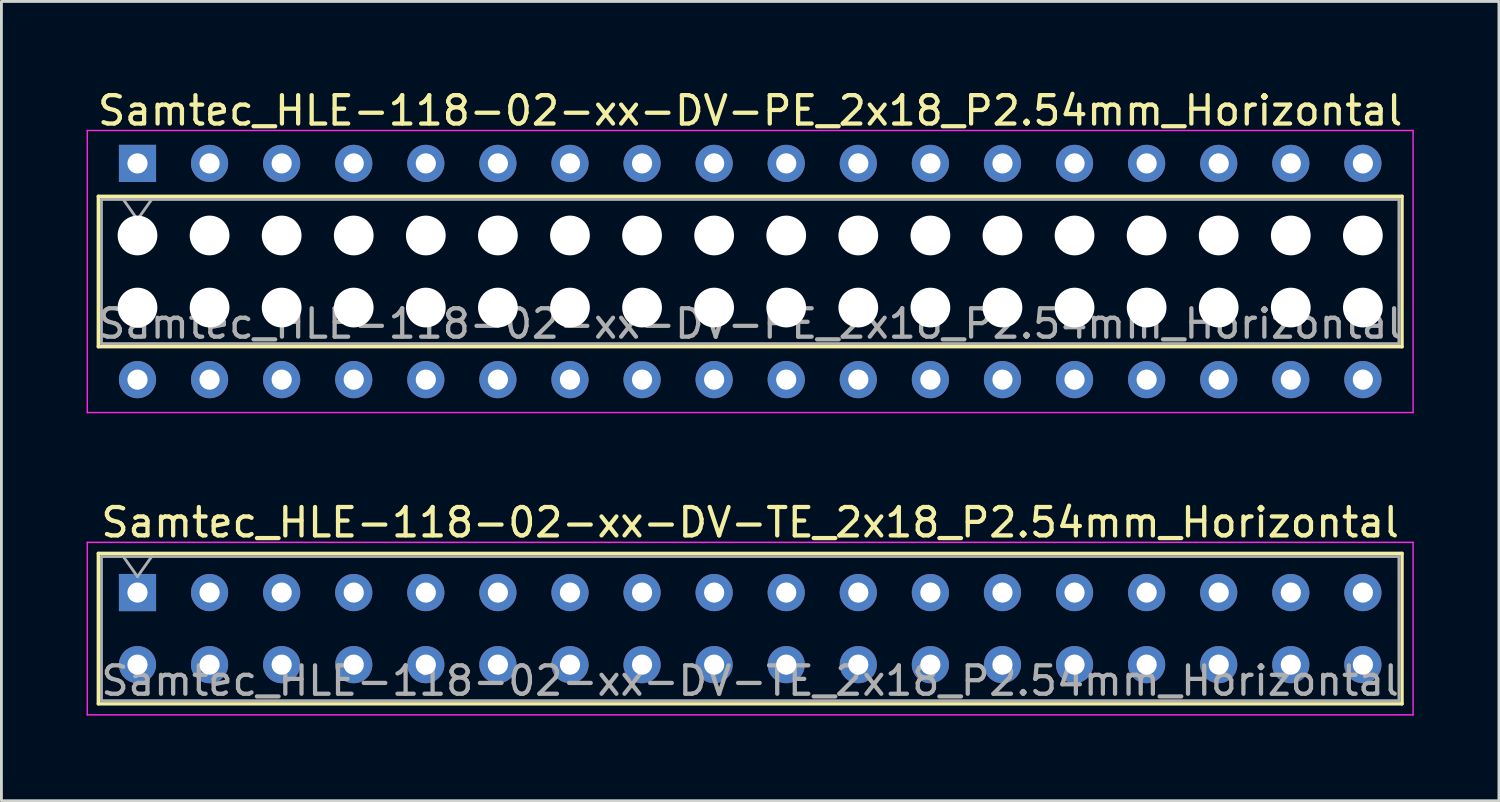
<source format=kicad_pcb>
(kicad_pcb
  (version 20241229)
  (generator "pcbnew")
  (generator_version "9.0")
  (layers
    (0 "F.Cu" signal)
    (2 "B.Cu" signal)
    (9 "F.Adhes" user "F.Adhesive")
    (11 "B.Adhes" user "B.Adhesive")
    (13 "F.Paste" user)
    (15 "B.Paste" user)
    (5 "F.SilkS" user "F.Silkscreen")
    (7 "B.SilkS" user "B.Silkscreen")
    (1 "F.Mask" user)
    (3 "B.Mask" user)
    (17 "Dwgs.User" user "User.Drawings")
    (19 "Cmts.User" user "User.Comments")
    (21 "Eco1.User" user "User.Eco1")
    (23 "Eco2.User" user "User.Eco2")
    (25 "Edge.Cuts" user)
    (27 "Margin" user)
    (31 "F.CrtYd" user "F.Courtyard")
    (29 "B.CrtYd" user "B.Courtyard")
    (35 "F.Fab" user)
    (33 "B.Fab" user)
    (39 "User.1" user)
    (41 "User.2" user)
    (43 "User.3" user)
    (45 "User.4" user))
  (footprint "Samtec_HLE-118-02-xx-DV-TE_2x18_P2.54mm_Horizontal"
    (layer "F.Cu")
    (at 1.795 17.831)
    (property "Reference" "Samtec_HLE-118-02-xx-DV-TE_2x18_P2.54mm_Horizontal" (at 21.59 -2.47 0) (layer "F.SilkS") (effects (font (size 1 1) (thickness 0.15))))
    (attr through_hole)
    (fp_line (start -1.38 -1.38) (end 44.56 -1.38) (stroke (width 0.12) (type solid)) (layer "F.SilkS"))
    (fp_line (start -1.38 3.92) (end -1.38 -1.38) (stroke (width 0.12) (type solid)) (layer "F.SilkS"))
    (fp_line (start 44.56 -1.38) (end 44.56 3.92) (stroke (width 0.12) (type solid)) (layer "F.SilkS"))
    (fp_line (start 44.56 3.92) (end -1.38 3.92) (stroke (width 0.12) (type solid)) (layer "F.SilkS"))
    (fp_line (start -1.77 -1.77) (end 44.95 -1.77) (stroke (width 0.05) (type solid)) (layer "F.CrtYd"))
    (fp_line (start -1.77 4.31) (end -1.77 -1.77) (stroke (width 0.05) (type solid)) (layer "F.CrtYd"))
    (fp_line (start 44.95 -1.77) (end 44.95 4.31) (stroke (width 0.05) (type solid)) (layer "F.CrtYd"))
    (fp_line (start 44.95 4.31) (end -1.77 4.31) (stroke (width 0.05) (type solid)) (layer "F.CrtYd"))
    (fp_line (start -1.27 -1.27) (end 44.45 -1.27) (stroke (width 0.1) (type solid)) (layer "F.Fab"))
    (fp_line (start -1.27 3.81) (end -1.27 -1.27) (stroke (width 0.1) (type solid)) (layer "F.Fab"))
    (fp_line (start -0.5 -1.27) (end 0 -0.563) (stroke (width 0.1) (type solid)) (layer "F.Fab"))
    (fp_line (start 0 -0.563) (end 0.5 -1.27) (stroke (width 0.1) (type solid)) (layer "F.Fab"))
    (fp_line (start 44.45 -1.27) (end 44.45 3.81) (stroke (width 0.1) (type solid)) (layer "F.Fab"))
    (fp_line (start 44.45 3.81) (end -1.27 3.81) (stroke (width 0.1) (type solid)) (layer "F.Fab"))
    (fp_text user "${REFERENCE}" (at 21.59 3.11 0) (layer "F.Fab") (effects (font (size 1 1) (thickness 0.15))))
    (pad "1" thru_hole rect (at 0 0) (size 1.31 1.31) (drill 0.71) (layers "*.Cu" "*.Mask"))
    (pad "2" thru_hole circle (at 0 2.54) (size 1.31 1.31) (drill 0.71) (layers "*.Cu" "*.Mask"))
    (pad "3" thru_hole circle (at 2.54 0) (size 1.31 1.31) (drill 0.71) (layers "*.Cu" "*.Mask"))
    (pad "4" thru_hole circle (at 2.54 2.54) (size 1.31 1.31) (drill 0.71) (layers "*.Cu" "*.Mask"))
    (pad "5" thru_hole circle (at 5.08 0) (size 1.31 1.31) (drill 0.71) (layers "*.Cu" "*.Mask"))
    (pad "6" thru_hole circle (at 5.08 2.54) (size 1.31 1.31) (drill 0.71) (layers "*.Cu" "*.Mask"))
    (pad "7" thru_hole circle (at 7.62 0) (size 1.31 1.31) (drill 0.71) (layers "*.Cu" "*.Mask"))
    (pad "8" thru_hole circle (at 7.62 2.54) (size 1.31 1.31) (drill 0.71) (layers "*.Cu" "*.Mask"))
    (pad "9" thru_hole circle (at 10.16 0) (size 1.31 1.31) (drill 0.71) (layers "*.Cu" "*.Mask"))
    (pad "10" thru_hole circle (at 10.16 2.54) (size 1.31 1.31) (drill 0.71) (layers "*.Cu" "*.Mask"))
    (pad "11" thru_hole circle (at 12.7 0) (size 1.31 1.31) (drill 0.71) (layers "*.Cu" "*.Mask"))
    (pad "12" thru_hole circle (at 12.7 2.54) (size 1.31 1.31) (drill 0.71) (layers "*.Cu" "*.Mask"))
    (pad "13" thru_hole circle (at 15.24 0) (size 1.31 1.31) (drill 0.71) (layers "*.Cu" "*.Mask"))
    (pad "14" thru_hole circle (at 15.24 2.54) (size 1.31 1.31) (drill 0.71) (layers "*.Cu" "*.Mask"))
    (pad "15" thru_hole circle (at 17.78 0) (size 1.31 1.31) (drill 0.71) (layers "*.Cu" "*.Mask"))
    (pad "16" thru_hole circle (at 17.78 2.54) (size 1.31 1.31) (drill 0.71) (layers "*.Cu" "*.Mask"))
    (pad "17" thru_hole circle (at 20.32 0) (size 1.31 1.31) (drill 0.71) (layers "*.Cu" "*.Mask"))
    (pad "18" thru_hole circle (at 20.32 2.54) (size 1.31 1.31) (drill 0.71) (layers "*.Cu" "*.Mask"))
    (pad "19" thru_hole circle (at 22.86 0) (size 1.31 1.31) (drill 0.71) (layers "*.Cu" "*.Mask"))
    (pad "20" thru_hole circle (at 22.86 2.54) (size 1.31 1.31) (drill 0.71) (layers "*.Cu" "*.Mask"))
    (pad "21" thru_hole circle (at 25.4 0) (size 1.31 1.31) (drill 0.71) (layers "*.Cu" "*.Mask"))
    (pad "22" thru_hole circle (at 25.4 2.54) (size 1.31 1.31) (drill 0.71) (layers "*.Cu" "*.Mask"))
    (pad "23" thru_hole circle (at 27.94 0) (size 1.31 1.31) (drill 0.71) (layers "*.Cu" "*.Mask"))
    (pad "24" thru_hole circle (at 27.94 2.54) (size 1.31 1.31) (drill 0.71) (layers "*.Cu" "*.Mask"))
    (pad "25" thru_hole circle (at 30.48 0) (size 1.31 1.31) (drill 0.71) (layers "*.Cu" "*.Mask"))
    (pad "26" thru_hole circle (at 30.48 2.54) (size 1.31 1.31) (drill 0.71) (layers "*.Cu" "*.Mask"))
    (pad "27" thru_hole circle (at 33.02 0) (size 1.31 1.31) (drill 0.71) (layers "*.Cu" "*.Mask"))
    (pad "28" thru_hole circle (at 33.02 2.54) (size 1.31 1.31) (drill 0.71) (layers "*.Cu" "*.Mask"))
    (pad "29" thru_hole circle (at 35.56 0) (size 1.31 1.31) (drill 0.71) (layers "*.Cu" "*.Mask"))
    (pad "30" thru_hole circle (at 35.56 2.54) (size 1.31 1.31) (drill 0.71) (layers "*.Cu" "*.Mask"))
    (pad "31" thru_hole circle (at 38.1 0) (size 1.31 1.31) (drill 0.71) (layers "*.Cu" "*.Mask"))
    (pad "32" thru_hole circle (at 38.1 2.54) (size 1.31 1.31) (drill 0.71) (layers "*.Cu" "*.Mask"))
    (pad "33" thru_hole circle (at 40.64 0) (size 1.31 1.31) (drill 0.71) (layers "*.Cu" "*.Mask"))
    (pad "34" thru_hole circle (at 40.64 2.54) (size 1.31 1.31) (drill 0.71) (layers "*.Cu" "*.Mask"))
    (pad "35" thru_hole circle (at 43.18 0) (size 1.31 1.31) (drill 0.71) (layers "*.Cu" "*.Mask"))
    (pad "36" thru_hole circle (at 43.18 2.54) (size 1.31 1.31) (drill 0.71) (layers "*.Cu" "*.Mask")))
  (footprint "Samtec_HLE-118-02-xx-DV-PE_2x18_P2.54mm_Horizontal"
    (layer "F.Cu")
    (at 1.795 2.708)
    (property "Reference" "Samtec_HLE-118-02-xx-DV-PE_2x18_P2.54mm_Horizontal" (at 21.59 -1.86 0) (layer "F.SilkS") (effects (font (size 1 1) (thickness 0.15))))
    (attr through_hole)
    (fp_line (start -1.38 1.16) (end 44.56 1.16) (stroke (width 0.12) (type solid)) (layer "F.SilkS"))
    (fp_line (start -1.38 6.46) (end -1.38 1.16) (stroke (width 0.12) (type solid)) (layer "F.SilkS"))
    (fp_line (start 44.56 1.16) (end 44.56 6.46) (stroke (width 0.12) (type solid)) (layer "F.SilkS"))
    (fp_line (start 44.56 6.46) (end -1.38 6.46) (stroke (width 0.12) (type solid)) (layer "F.SilkS"))
    (fp_line (start -1.77 -1.16) (end 44.95 -1.16) (stroke (width 0.05) (type solid)) (layer "F.CrtYd"))
    (fp_line (start -1.77 8.78) (end -1.77 -1.16) (stroke (width 0.05) (type solid)) (layer "F.CrtYd"))
    (fp_line (start 44.95 -1.16) (end 44.95 8.78) (stroke (width 0.05) (type solid)) (layer "F.CrtYd"))
    (fp_line (start 44.95 8.78) (end -1.77 8.78) (stroke (width 0.05) (type solid)) (layer "F.CrtYd"))
    (fp_line (start -1.27 1.27) (end 44.45 1.27) (stroke (width 0.1) (type solid)) (layer "F.Fab"))
    (fp_line (start -1.27 6.35) (end -1.27 1.27) (stroke (width 0.1) (type solid)) (layer "F.Fab"))
    (fp_line (start -0.5 1.27) (end 0 1.977) (stroke (width 0.1) (type solid)) (layer "F.Fab"))
    (fp_line (start 0 1.977) (end 0.5 1.27) (stroke (width 0.1) (type solid)) (layer "F.Fab"))
    (fp_line (start 44.45 1.27) (end 44.45 6.35) (stroke (width 0.1) (type solid)) (layer "F.Fab"))
    (fp_line (start 44.45 6.35) (end -1.27 6.35) (stroke (width 0.1) (type solid)) (layer "F.Fab"))
    (fp_text user "${REFERENCE}" (at 21.59 5.65 0) (layer "F.Fab") (effects (font (size 1 1) (thickness 0.15))))
    (pad "" np_thru_hole circle (at 0 2.54) (size 1.4 1.4) (drill 1.4) (layers "*.Cu" "*.Mask"))
    (pad "" np_thru_hole circle (at 0 5.08) (size 1.4 1.4) (drill 1.4) (layers "*.Cu" "*.Mask"))
    (pad "" np_thru_hole circle (at 2.54 2.54) (size 1.4 1.4) (drill 1.4) (layers "*.Cu" "*.Mask"))
    (pad "" np_thru_hole circle (at 2.54 5.08) (size 1.4 1.4) (drill 1.4) (layers "*.Cu" "*.Mask"))
    (pad "" np_thru_hole circle (at 5.08 2.54) (size 1.4 1.4) (drill 1.4) (layers "*.Cu" "*.Mask"))
    (pad "" np_thru_hole circle (at 5.08 5.08) (size 1.4 1.4) (drill 1.4) (layers "*.Cu" "*.Mask"))
    (pad "" np_thru_hole circle (at 7.62 2.54) (size 1.4 1.4) (drill 1.4) (layers "*.Cu" "*.Mask"))
    (pad "" np_thru_hole circle (at 7.62 5.08) (size 1.4 1.4) (drill 1.4) (layers "*.Cu" "*.Mask"))
    (pad "" np_thru_hole circle (at 10.16 2.54) (size 1.4 1.4) (drill 1.4) (layers "*.Cu" "*.Mask"))
    (pad "" np_thru_hole circle (at 10.16 5.08) (size 1.4 1.4) (drill 1.4) (layers "*.Cu" "*.Mask"))
    (pad "" np_thru_hole circle (at 12.7 2.54) (size 1.4 1.4) (drill 1.4) (layers "*.Cu" "*.Mask"))
    (pad "" np_thru_hole circle (at 12.7 5.08) (size 1.4 1.4) (drill 1.4) (layers "*.Cu" "*.Mask"))
    (pad "" np_thru_hole circle (at 15.24 2.54) (size 1.4 1.4) (drill 1.4) (layers "*.Cu" "*.Mask"))
    (pad "" np_thru_hole circle (at 15.24 5.08) (size 1.4 1.4) (drill 1.4) (layers "*.Cu" "*.Mask"))
    (pad "" np_thru_hole circle (at 17.78 2.54) (size 1.4 1.4) (drill 1.4) (layers "*.Cu" "*.Mask"))
    (pad "" np_thru_hole circle (at 17.78 5.08) (size 1.4 1.4) (drill 1.4) (layers "*.Cu" "*.Mask"))
    (pad "" np_thru_hole circle (at 20.32 2.54) (size 1.4 1.4) (drill 1.4) (layers "*.Cu" "*.Mask"))
    (pad "" np_thru_hole circle (at 20.32 5.08) (size 1.4 1.4) (drill 1.4) (layers "*.Cu" "*.Mask"))
    (pad "" np_thru_hole circle (at 22.86 2.54) (size 1.4 1.4) (drill 1.4) (layers "*.Cu" "*.Mask"))
    (pad "" np_thru_hole circle (at 22.86 5.08) (size 1.4 1.4) (drill 1.4) (layers "*.Cu" "*.Mask"))
    (pad "" np_thru_hole circle (at 25.4 2.54) (size 1.4 1.4) (drill 1.4) (layers "*.Cu" "*.Mask"))
    (pad "" np_thru_hole circle (at 25.4 5.08) (size 1.4 1.4) (drill 1.4) (layers "*.Cu" "*.Mask"))
    (pad "" np_thru_hole circle (at 27.94 2.54) (size 1.4 1.4) (drill 1.4) (layers "*.Cu" "*.Mask"))
    (pad "" np_thru_hole circle (at 27.94 5.08) (size 1.4 1.4) (drill 1.4) (layers "*.Cu" "*.Mask"))
    (pad "" np_thru_hole circle (at 30.48 2.54) (size 1.4 1.4) (drill 1.4) (layers "*.Cu" "*.Mask"))
    (pad "" np_thru_hole circle (at 30.48 5.08) (size 1.4 1.4) (drill 1.4) (layers "*.Cu" "*.Mask"))
    (pad "" np_thru_hole circle (at 33.02 2.54) (size 1.4 1.4) (drill 1.4) (layers "*.Cu" "*.Mask"))
    (pad "" np_thru_hole circle (at 33.02 5.08) (size 1.4 1.4) (drill 1.4) (layers "*.Cu" "*.Mask"))
    (pad "" np_thru_hole circle (at 35.56 2.54) (size 1.4 1.4) (drill 1.4) (layers "*.Cu" "*.Mask"))
    (pad "" np_thru_hole circle (at 35.56 5.08) (size 1.4 1.4) (drill 1.4) (layers "*.Cu" "*.Mask"))
    (pad "" np_thru_hole circle (at 38.1 2.54) (size 1.4 1.4) (drill 1.4) (layers "*.Cu" "*.Mask"))
    (pad "" np_thru_hole circle (at 38.1 5.08) (size 1.4 1.4) (drill 1.4) (layers "*.Cu" "*.Mask"))
    (pad "" np_thru_hole circle (at 40.64 2.54) (size 1.4 1.4) (drill 1.4) (layers "*.Cu" "*.Mask"))
    (pad "" np_thru_hole circle (at 40.64 5.08) (size 1.4 1.4) (drill 1.4) (layers "*.Cu" "*.Mask"))
    (pad "" np_thru_hole circle (at 43.18 2.54) (size 1.4 1.4) (drill 1.4) (layers "*.Cu" "*.Mask"))
    (pad "" np_thru_hole circle (at 43.18 5.08) (size 1.4 1.4) (drill 1.4) (layers "*.Cu" "*.Mask"))
    (pad "1" thru_hole rect (at 0 0) (size 1.31 1.31) (drill 0.71) (layers "*.Cu" "*.Mask"))
    (pad "2" thru_hole circle (at 0 7.62) (size 1.31 1.31) (drill 0.71) (layers "*.Cu" "*.Mask"))
    (pad "3" thru_hole circle (at 2.54 0) (size 1.31 1.31) (drill 0.71) (layers "*.Cu" "*.Mask"))
    (pad "4" thru_hole circle (at 2.54 7.62) (size 1.31 1.31) (drill 0.71) (layers "*.Cu" "*.Mask"))
    (pad "5" thru_hole circle (at 5.08 0) (size 1.31 1.31) (drill 0.71) (layers "*.Cu" "*.Mask"))
    (pad "6" thru_hole circle (at 5.08 7.62) (size 1.31 1.31) (drill 0.71) (layers "*.Cu" "*.Mask"))
    (pad "7" thru_hole circle (at 7.62 0) (size 1.31 1.31) (drill 0.71) (layers "*.Cu" "*.Mask"))
    (pad "8" thru_hole circle (at 7.62 7.62) (size 1.31 1.31) (drill 0.71) (layers "*.Cu" "*.Mask"))
    (pad "9" thru_hole circle (at 10.16 0) (size 1.31 1.31) (drill 0.71) (layers "*.Cu" "*.Mask"))
    (pad "10" thru_hole circle (at 10.16 7.62) (size 1.31 1.31) (drill 0.71) (layers "*.Cu" "*.Mask"))
    (pad "11" thru_hole circle (at 12.7 0) (size 1.31 1.31) (drill 0.71) (layers "*.Cu" "*.Mask"))
    (pad "12" thru_hole circle (at 12.7 7.62) (size 1.31 1.31) (drill 0.71) (layers "*.Cu" "*.Mask"))
    (pad "13" thru_hole circle (at 15.24 0) (size 1.31 1.31) (drill 0.71) (layers "*.Cu" "*.Mask"))
    (pad "14" thru_hole circle (at 15.24 7.62) (size 1.31 1.31) (drill 0.71) (layers "*.Cu" "*.Mask"))
    (pad "15" thru_hole circle (at 17.78 0) (size 1.31 1.31) (drill 0.71) (layers "*.Cu" "*.Mask"))
    (pad "16" thru_hole circle (at 17.78 7.62) (size 1.31 1.31) (drill 0.71) (layers "*.Cu" "*.Mask"))
    (pad "17" thru_hole circle (at 20.32 0) (size 1.31 1.31) (drill 0.71) (layers "*.Cu" "*.Mask"))
    (pad "18" thru_hole circle (at 20.32 7.62) (size 1.31 1.31) (drill 0.71) (layers "*.Cu" "*.Mask"))
    (pad "19" thru_hole circle (at 22.86 0) (size 1.31 1.31) (drill 0.71) (layers "*.Cu" "*.Mask"))
    (pad "20" thru_hole circle (at 22.86 7.62) (size 1.31 1.31) (drill 0.71) (layers "*.Cu" "*.Mask"))
    (pad "21" thru_hole circle (at 25.4 0) (size 1.31 1.31) (drill 0.71) (layers "*.Cu" "*.Mask"))
    (pad "22" thru_hole circle (at 25.4 7.62) (size 1.31 1.31) (drill 0.71) (layers "*.Cu" "*.Mask"))
    (pad "23" thru_hole circle (at 27.94 0) (size 1.31 1.31) (drill 0.71) (layers "*.Cu" "*.Mask"))
    (pad "24" thru_hole circle (at 27.94 7.62) (size 1.31 1.31) (drill 0.71) (layers "*.Cu" "*.Mask"))
    (pad "25" thru_hole circle (at 30.48 0) (size 1.31 1.31) (drill 0.71) (layers "*.Cu" "*.Mask"))
    (pad "26" thru_hole circle (at 30.48 7.62) (size 1.31 1.31) (drill 0.71) (layers "*.Cu" "*.Mask"))
    (pad "27" thru_hole circle (at 33.02 0) (size 1.31 1.31) (drill 0.71) (layers "*.Cu" "*.Mask"))
    (pad "28" thru_hole circle (at 33.02 7.62) (size 1.31 1.31) (drill 0.71) (layers "*.Cu" "*.Mask"))
    (pad "29" thru_hole circle (at 35.56 0) (size 1.31 1.31) (drill 0.71) (layers "*.Cu" "*.Mask"))
    (pad "30" thru_hole circle (at 35.56 7.62) (size 1.31 1.31) (drill 0.71) (layers "*.Cu" "*.Mask"))
    (pad "31" thru_hole circle (at 38.1 0) (size 1.31 1.31) (drill 0.71) (layers "*.Cu" "*.Mask"))
    (pad "32" thru_hole circle (at 38.1 7.62) (size 1.31 1.31) (drill 0.71) (layers "*.Cu" "*.Mask"))
    (pad "33" thru_hole circle (at 40.64 0) (size 1.31 1.31) (drill 0.71) (layers "*.Cu" "*.Mask"))
    (pad "34" thru_hole circle (at 40.64 7.62) (size 1.31 1.31) (drill 0.71) (layers "*.Cu" "*.Mask"))
    (pad "35" thru_hole circle (at 43.18 0) (size 1.31 1.31) (drill 0.71) (layers "*.Cu" "*.Mask"))
    (pad "36" thru_hole circle (at 43.18 7.62) (size 1.31 1.31) (drill 0.71) (layers "*.Cu" "*.Mask")))
  (gr_rect
    (start -3 -3)
    (end 49.77 25.166)
    (stroke (width 0.1) (type default))
    (fill no)
    (layer "Edge.Cuts")))
</source>
